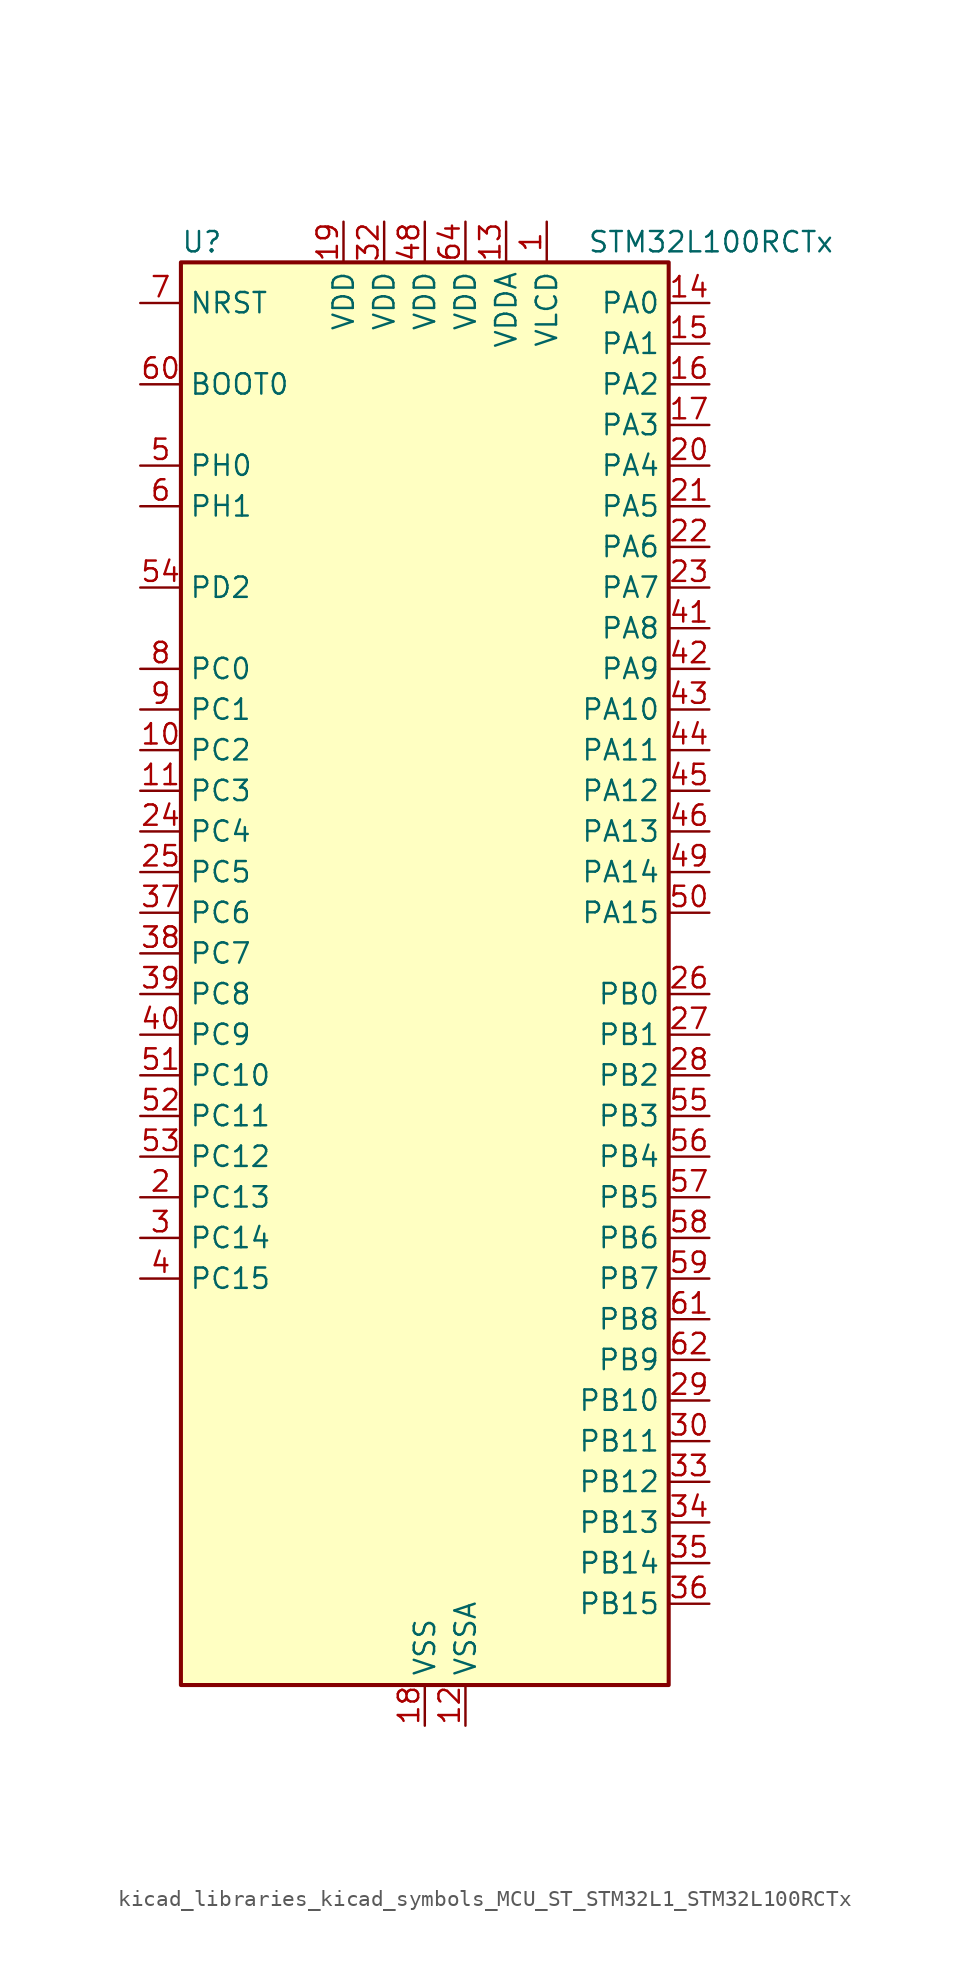
<source format=kicad_sym>
(kicad_symbol_lib
  (version 20220914)
  (generator kicad_symbol_editor)
  (symbol "kicad_libraries_kicad_symbols_MCU_ST_STM32L1_STM32L100RCTx"
    (property "Reference" "U"
      (at -15.24 46.99 0)
      (effects (font (size 1.27 1.27)) (justify left)))
    (property "Value" "STM32L100RCTx"
      (at 10.16 46.99 0)
      (effects (font (size 1.27 1.27)) (justify left)))
    (property "ki_locked" ""
      (at 0 0 0)
      (effects (font (size 1.27 1.27))))
    (symbol "kicad_libraries_kicad_symbols_MCU_ST_STM32L1_STM32L100RCTx_0_1"
      (rectangle (start -15.24 -43.18) (end 15.24 45.72) (stroke (width 0.254) (type default)) (fill (type background))))
    (symbol "kicad_libraries_kicad_symbols_MCU_ST_STM32L1_STM32L100RCTx_1_1"
      (pin power_in line (at 7.62 48.26 270) (length 2.54) (name "VLCD" (effects (font (size 1.27 1.27)))) (number "1" (effects (font (size 1.27 1.27)))))
      (pin bidirectional line (at -17.78 15.24 0) (length 2.54) (name "PC2" (effects (font (size 1.27 1.27)))) (number "10" (effects (font (size 1.27 1.27)))) (alternate "ADC_IN12" bidirectional line) (alternate "COMP1_INP" bidirectional line) (alternate "LCD_SEG20" bidirectional line) (alternate "TIMX_IC3" bidirectional line))
      (pin bidirectional line (at -17.78 12.7 0) (length 2.54) (name "PC3" (effects (font (size 1.27 1.27)))) (number "11" (effects (font (size 1.27 1.27)))) (alternate "ADC_IN13" bidirectional line) (alternate "COMP1_INP" bidirectional line) (alternate "LCD_SEG21" bidirectional line) (alternate "TIMX_IC4" bidirectional line))
      (pin power_in line (at 2.54 -45.72 90) (length 2.54) (name "VSSA" (effects (font (size 1.27 1.27)))) (number "12" (effects (font (size 1.27 1.27)))))
      (pin power_in line (at 5.08 48.26 270) (length 2.54) (name "VDDA" (effects (font (size 1.27 1.27)))) (number "13" (effects (font (size 1.27 1.27)))))
      (pin bidirectional line (at 17.78 43.18 180) (length 2.54) (name "PA0" (effects (font (size 1.27 1.27)))) (number "14" (effects (font (size 1.27 1.27)))) (alternate "ADC_IN0" bidirectional line) (alternate "COMP1_INP" bidirectional line) (alternate "RTC_TAMP2" bidirectional line) (alternate "SYS_WKUP1" bidirectional line) (alternate "TIM2_CH1" bidirectional line) (alternate "TIM2_ETR" bidirectional line) (alternate "TIMX_IC1" bidirectional line) (alternate "USART2_CTS" bidirectional line))
      (pin bidirectional line (at 17.78 40.64 180) (length 2.54) (name "PA1" (effects (font (size 1.27 1.27)))) (number "15" (effects (font (size 1.27 1.27)))) (alternate "ADC_IN1" bidirectional line) (alternate "COMP1_INP" bidirectional line) (alternate "LCD_SEG0" bidirectional line) (alternate "TIM2_CH2" bidirectional line) (alternate "TIMX_IC2" bidirectional line) (alternate "USART2_RTS" bidirectional line))
      (pin bidirectional line (at 17.78 38.1 180) (length 2.54) (name "PA2" (effects (font (size 1.27 1.27)))) (number "16" (effects (font (size 1.27 1.27)))) (alternate "ADC_IN2" bidirectional line) (alternate "COMP1_INP" bidirectional line) (alternate "LCD_SEG1" bidirectional line) (alternate "TIM2_CH3" bidirectional line) (alternate "TIM9_CH1" bidirectional line) (alternate "TIMX_IC3" bidirectional line) (alternate "USART2_TX" bidirectional line))
      (pin bidirectional line (at 17.78 35.56 180) (length 2.54) (name "PA3" (effects (font (size 1.27 1.27)))) (number "17" (effects (font (size 1.27 1.27)))) (alternate "ADC_IN3" bidirectional line) (alternate "COMP1_INP" bidirectional line) (alternate "LCD_SEG2" bidirectional line) (alternate "TIM2_CH4" bidirectional line) (alternate "TIM9_CH2" bidirectional line) (alternate "TIMX_IC4" bidirectional line) (alternate "USART2_RX" bidirectional line))
      (pin power_in line (at 0 -45.72 90) (length 2.54) (name "VSS" (effects (font (size 1.27 1.27)))) (number "18" (effects (font (size 1.27 1.27)))))
      (pin power_in line (at -5.08 48.26 270) (length 2.54) (name "VDD" (effects (font (size 1.27 1.27)))) (number "19" (effects (font (size 1.27 1.27)))))
      (pin bidirectional line (at -17.78 -12.7 0) (length 2.54) (name "PC13" (effects (font (size 1.27 1.27)))) (number "2" (effects (font (size 1.27 1.27)))) (alternate "RTC_OUT_ALARM" bidirectional line) (alternate "RTC_OUT_CALIB" bidirectional line) (alternate "RTC_TAMP1" bidirectional line) (alternate "RTC_TS" bidirectional line) (alternate "SYS_WKUP2" bidirectional line) (alternate "TIMX_IC2" bidirectional line))
      (pin bidirectional line (at 17.78 33.02 180) (length 2.54) (name "PA4" (effects (font (size 1.27 1.27)))) (number "20" (effects (font (size 1.27 1.27)))) (alternate "ADC_IN4" bidirectional line) (alternate "COMP1_INP" bidirectional line) (alternate "DAC_OUT1" bidirectional line) (alternate "I2S3_WS" bidirectional line) (alternate "SPI1_NSS" bidirectional line) (alternate "SPI3_NSS" bidirectional line) (alternate "TIMX_IC1" bidirectional line) (alternate "USART2_CK" bidirectional line))
      (pin bidirectional line (at 17.78 30.48 180) (length 2.54) (name "PA5" (effects (font (size 1.27 1.27)))) (number "21" (effects (font (size 1.27 1.27)))) (alternate "ADC_IN5" bidirectional line) (alternate "COMP1_INP" bidirectional line) (alternate "DAC_OUT2" bidirectional line) (alternate "SPI1_SCK" bidirectional line) (alternate "TIM2_CH1" bidirectional line) (alternate "TIM2_ETR" bidirectional line) (alternate "TIMX_IC2" bidirectional line))
      (pin bidirectional line (at 17.78 27.94 180) (length 2.54) (name "PA6" (effects (font (size 1.27 1.27)))) (number "22" (effects (font (size 1.27 1.27)))) (alternate "ADC_IN6" bidirectional line) (alternate "COMP1_INP" bidirectional line) (alternate "LCD_SEG3" bidirectional line) (alternate "SPI1_MISO" bidirectional line) (alternate "TIM10_CH1" bidirectional line) (alternate "TIM3_CH1" bidirectional line) (alternate "TIMX_IC3" bidirectional line))
      (pin bidirectional line (at 17.78 25.4 180) (length 2.54) (name "PA7" (effects (font (size 1.27 1.27)))) (number "23" (effects (font (size 1.27 1.27)))) (alternate "ADC_IN7" bidirectional line) (alternate "COMP1_INP" bidirectional line) (alternate "LCD_SEG4" bidirectional line) (alternate "SPI1_MOSI" bidirectional line) (alternate "TIM11_CH1" bidirectional line) (alternate "TIM3_CH2" bidirectional line) (alternate "TIMX_IC4" bidirectional line))
      (pin bidirectional line (at -17.78 10.16 0) (length 2.54) (name "PC4" (effects (font (size 1.27 1.27)))) (number "24" (effects (font (size 1.27 1.27)))) (alternate "ADC_IN14" bidirectional line) (alternate "COMP1_INP" bidirectional line) (alternate "LCD_SEG22" bidirectional line) (alternate "TIMX_IC1" bidirectional line))
      (pin bidirectional line (at -17.78 7.62 0) (length 2.54) (name "PC5" (effects (font (size 1.27 1.27)))) (number "25" (effects (font (size 1.27 1.27)))) (alternate "ADC_IN15" bidirectional line) (alternate "COMP1_INP" bidirectional line) (alternate "LCD_SEG23" bidirectional line) (alternate "TIMX_IC2" bidirectional line))
      (pin bidirectional line (at 17.78 0 180) (length 2.54) (name "PB0" (effects (font (size 1.27 1.27)))) (number "26" (effects (font (size 1.27 1.27)))) (alternate "ADC_IN8" bidirectional line) (alternate "COMP1_INP" bidirectional line) (alternate "LCD_SEG5" bidirectional line) (alternate "SYS_V_REF_OUT" bidirectional line) (alternate "TIM3_CH3" bidirectional line))
      (pin bidirectional line (at 17.78 -2.54 180) (length 2.54) (name "PB1" (effects (font (size 1.27 1.27)))) (number "27" (effects (font (size 1.27 1.27)))) (alternate "ADC_IN9" bidirectional line) (alternate "COMP1_INP" bidirectional line) (alternate "LCD_SEG6" bidirectional line) (alternate "SYS_V_REF_OUT" bidirectional line) (alternate "TIM3_CH4" bidirectional line))
      (pin bidirectional line (at 17.78 -5.08 180) (length 2.54) (name "PB2" (effects (font (size 1.27 1.27)))) (number "28" (effects (font (size 1.27 1.27)))) (alternate "COMP1_INP" bidirectional line))
      (pin bidirectional line (at 17.78 -25.4 180) (length 2.54) (name "PB10" (effects (font (size 1.27 1.27)))) (number "29" (effects (font (size 1.27 1.27)))) (alternate "I2C2_SCL" bidirectional line) (alternate "LCD_SEG10" bidirectional line) (alternate "TIM2_CH3" bidirectional line) (alternate "USART3_TX" bidirectional line))
      (pin bidirectional line (at -17.78 -15.24 0) (length 2.54) (name "PC14" (effects (font (size 1.27 1.27)))) (number "3" (effects (font (size 1.27 1.27)))) (alternate "RCC_OSC32_IN" bidirectional line) (alternate "TIMX_IC3" bidirectional line))
      (pin bidirectional line (at 17.78 -27.94 180) (length 2.54) (name "PB11" (effects (font (size 1.27 1.27)))) (number "30" (effects (font (size 1.27 1.27)))) (alternate "ADC_EXTI11" bidirectional line) (alternate "I2C2_SDA" bidirectional line) (alternate "LCD_SEG11" bidirectional line) (alternate "TIM2_CH4" bidirectional line) (alternate "USART3_RX" bidirectional line))
      (pin passive line (at 0 -45.72 90) (length 2.54) hide (name "VSS" (effects (font (size 1.27 1.27)))) (number "31" (effects (font (size 1.27 1.27)))))
      (pin power_in line (at -2.54 48.26 270) (length 2.54) (name "VDD" (effects (font (size 1.27 1.27)))) (number "32" (effects (font (size 1.27 1.27)))))
      (pin bidirectional line (at 17.78 -30.48 180) (length 2.54) (name "PB12" (effects (font (size 1.27 1.27)))) (number "33" (effects (font (size 1.27 1.27)))) (alternate "ADC_IN18" bidirectional line) (alternate "COMP1_INP" bidirectional line) (alternate "I2C2_SMBA" bidirectional line) (alternate "I2S2_WS" bidirectional line) (alternate "LCD_SEG12" bidirectional line) (alternate "SPI2_NSS" bidirectional line) (alternate "TIM10_CH1" bidirectional line) (alternate "USART3_CK" bidirectional line))
      (pin bidirectional line (at 17.78 -33.02 180) (length 2.54) (name "PB13" (effects (font (size 1.27 1.27)))) (number "34" (effects (font (size 1.27 1.27)))) (alternate "ADC_IN19" bidirectional line) (alternate "COMP1_INP" bidirectional line) (alternate "I2S2_CK" bidirectional line) (alternate "LCD_SEG13" bidirectional line) (alternate "SPI2_SCK" bidirectional line) (alternate "TIM9_CH1" bidirectional line) (alternate "USART3_CTS" bidirectional line))
      (pin bidirectional line (at 17.78 -35.56 180) (length 2.54) (name "PB14" (effects (font (size 1.27 1.27)))) (number "35" (effects (font (size 1.27 1.27)))) (alternate "ADC_IN20" bidirectional line) (alternate "COMP1_INP" bidirectional line) (alternate "LCD_SEG14" bidirectional line) (alternate "SPI2_MISO" bidirectional line) (alternate "TIM9_CH2" bidirectional line) (alternate "USART3_RTS" bidirectional line))
      (pin bidirectional line (at 17.78 -38.1 180) (length 2.54) (name "PB15" (effects (font (size 1.27 1.27)))) (number "36" (effects (font (size 1.27 1.27)))) (alternate "ADC_EXTI15" bidirectional line) (alternate "ADC_IN21" bidirectional line) (alternate "COMP1_INP" bidirectional line) (alternate "I2S2_SD" bidirectional line) (alternate "LCD_SEG15" bidirectional line) (alternate "RTC_REFIN" bidirectional line) (alternate "SPI2_MOSI" bidirectional line) (alternate "TIM11_CH1" bidirectional line))
      (pin bidirectional line (at -17.78 5.08 0) (length 2.54) (name "PC6" (effects (font (size 1.27 1.27)))) (number "37" (effects (font (size 1.27 1.27)))) (alternate "I2S2_MCK" bidirectional line) (alternate "LCD_SEG24" bidirectional line) (alternate "TIM3_CH1" bidirectional line) (alternate "TIMX_IC3" bidirectional line))
      (pin bidirectional line (at -17.78 2.54 0) (length 2.54) (name "PC7" (effects (font (size 1.27 1.27)))) (number "38" (effects (font (size 1.27 1.27)))) (alternate "I2S3_MCK" bidirectional line) (alternate "LCD_SEG25" bidirectional line) (alternate "TIM3_CH2" bidirectional line) (alternate "TIMX_IC4" bidirectional line))
      (pin bidirectional line (at -17.78 0 0) (length 2.54) (name "PC8" (effects (font (size 1.27 1.27)))) (number "39" (effects (font (size 1.27 1.27)))) (alternate "LCD_SEG26" bidirectional line) (alternate "TIM3_CH3" bidirectional line) (alternate "TIMX_IC1" bidirectional line))
      (pin bidirectional line (at -17.78 -17.78 0) (length 2.54) (name "PC15" (effects (font (size 1.27 1.27)))) (number "4" (effects (font (size 1.27 1.27)))) (alternate "ADC_EXTI15" bidirectional line) (alternate "RCC_OSC32_OUT" bidirectional line) (alternate "TIMX_IC4" bidirectional line))
      (pin bidirectional line (at -17.78 -2.54 0) (length 2.54) (name "PC9" (effects (font (size 1.27 1.27)))) (number "40" (effects (font (size 1.27 1.27)))) (alternate "DAC_EXTI9" bidirectional line) (alternate "LCD_SEG27" bidirectional line) (alternate "TIM3_CH4" bidirectional line) (alternate "TIMX_IC2" bidirectional line))
      (pin bidirectional line (at 17.78 22.86 180) (length 2.54) (name "PA8" (effects (font (size 1.27 1.27)))) (number "41" (effects (font (size 1.27 1.27)))) (alternate "LCD_COM0" bidirectional line) (alternate "RCC_MCO" bidirectional line) (alternate "TIMX_IC1" bidirectional line) (alternate "USART1_CK" bidirectional line))
      (pin bidirectional line (at 17.78 20.32 180) (length 2.54) (name "PA9" (effects (font (size 1.27 1.27)))) (number "42" (effects (font (size 1.27 1.27)))) (alternate "DAC_EXTI9" bidirectional line) (alternate "LCD_COM1" bidirectional line) (alternate "TIMX_IC2" bidirectional line) (alternate "USART1_TX" bidirectional line))
      (pin bidirectional line (at 17.78 17.78 180) (length 2.54) (name "PA10" (effects (font (size 1.27 1.27)))) (number "43" (effects (font (size 1.27 1.27)))) (alternate "LCD_COM2" bidirectional line) (alternate "TIMX_IC3" bidirectional line) (alternate "USART1_RX" bidirectional line))
      (pin bidirectional line (at 17.78 15.24 180) (length 2.54) (name "PA11" (effects (font (size 1.27 1.27)))) (number "44" (effects (font (size 1.27 1.27)))) (alternate "ADC_EXTI11" bidirectional line) (alternate "SPI1_MISO" bidirectional line) (alternate "TIMX_IC4" bidirectional line) (alternate "USART1_CTS" bidirectional line) (alternate "USB_DM" bidirectional line))
      (pin bidirectional line (at 17.78 12.7 180) (length 2.54) (name "PA12" (effects (font (size 1.27 1.27)))) (number "45" (effects (font (size 1.27 1.27)))) (alternate "SPI1_MOSI" bidirectional line) (alternate "TIMX_IC1" bidirectional line) (alternate "USART1_RTS" bidirectional line) (alternate "USB_DP" bidirectional line))
      (pin bidirectional line (at 17.78 10.16 180) (length 2.54) (name "PA13" (effects (font (size 1.27 1.27)))) (number "46" (effects (font (size 1.27 1.27)))) (alternate "SYS_JTMS-SWDIO" bidirectional line) (alternate "TIMX_IC2" bidirectional line))
      (pin passive line (at 0 -45.72 90) (length 2.54) hide (name "VSS" (effects (font (size 1.27 1.27)))) (number "47" (effects (font (size 1.27 1.27)))))
      (pin power_in line (at 0 48.26 270) (length 2.54) (name "VDD" (effects (font (size 1.27 1.27)))) (number "48" (effects (font (size 1.27 1.27)))))
      (pin bidirectional line (at 17.78 7.62 180) (length 2.54) (name "PA14" (effects (font (size 1.27 1.27)))) (number "49" (effects (font (size 1.27 1.27)))) (alternate "SYS_JTCK-SWCLK" bidirectional line) (alternate "TIMX_IC3" bidirectional line))
      (pin bidirectional line (at -17.78 33.02 0) (length 2.54) (name "PH0" (effects (font (size 1.27 1.27)))) (number "5" (effects (font (size 1.27 1.27)))) (alternate "RCC_OSC_IN" bidirectional line))
      (pin bidirectional line (at 17.78 5.08 180) (length 2.54) (name "PA15" (effects (font (size 1.27 1.27)))) (number "50" (effects (font (size 1.27 1.27)))) (alternate "ADC_EXTI15" bidirectional line) (alternate "I2S3_WS" bidirectional line) (alternate "LCD_SEG17" bidirectional line) (alternate "SPI1_NSS" bidirectional line) (alternate "SPI3_NSS" bidirectional line) (alternate "SYS_JTDI" bidirectional line) (alternate "TIM2_CH1" bidirectional line) (alternate "TIM2_ETR" bidirectional line) (alternate "TIMX_IC4" bidirectional line))
      (pin bidirectional line (at -17.78 -5.08 0) (length 2.54) (name "PC10" (effects (font (size 1.27 1.27)))) (number "51" (effects (font (size 1.27 1.27)))) (alternate "I2S3_CK" bidirectional line) (alternate "LCD_COM4" bidirectional line) (alternate "LCD_SEG28" bidirectional line) (alternate "SPI3_SCK" bidirectional line) (alternate "TIMX_IC3" bidirectional line) (alternate "USART3_TX" bidirectional line))
      (pin bidirectional line (at -17.78 -7.62 0) (length 2.54) (name "PC11" (effects (font (size 1.27 1.27)))) (number "52" (effects (font (size 1.27 1.27)))) (alternate "ADC_EXTI11" bidirectional line) (alternate "LCD_COM5" bidirectional line) (alternate "LCD_SEG29" bidirectional line) (alternate "SPI3_MISO" bidirectional line) (alternate "TIMX_IC4" bidirectional line) (alternate "USART3_RX" bidirectional line))
      (pin bidirectional line (at -17.78 -10.16 0) (length 2.54) (name "PC12" (effects (font (size 1.27 1.27)))) (number "53" (effects (font (size 1.27 1.27)))) (alternate "I2S3_SD" bidirectional line) (alternate "LCD_COM6" bidirectional line) (alternate "LCD_SEG30" bidirectional line) (alternate "SPI3_MOSI" bidirectional line) (alternate "TIMX_IC1" bidirectional line) (alternate "USART3_CK" bidirectional line))
      (pin bidirectional line (at -17.78 25.4 0) (length 2.54) (name "PD2" (effects (font (size 1.27 1.27)))) (number "54" (effects (font (size 1.27 1.27)))) (alternate "LCD_COM7" bidirectional line) (alternate "LCD_SEG31" bidirectional line) (alternate "TIM3_ETR" bidirectional line) (alternate "TIMX_IC3" bidirectional line))
      (pin bidirectional line (at 17.78 -7.62 180) (length 2.54) (name "PB3" (effects (font (size 1.27 1.27)))) (number "55" (effects (font (size 1.27 1.27)))) (alternate "COMP2_INM" bidirectional line) (alternate "I2S3_CK" bidirectional line) (alternate "LCD_SEG7" bidirectional line) (alternate "SPI1_SCK" bidirectional line) (alternate "SPI3_SCK" bidirectional line) (alternate "SYS_JTDO-TRACESWO" bidirectional line) (alternate "TIM2_CH2" bidirectional line))
      (pin bidirectional line (at 17.78 -10.16 180) (length 2.54) (name "PB4" (effects (font (size 1.27 1.27)))) (number "56" (effects (font (size 1.27 1.27)))) (alternate "COMP2_INP" bidirectional line) (alternate "LCD_SEG8" bidirectional line) (alternate "SPI1_MISO" bidirectional line) (alternate "SPI3_MISO" bidirectional line) (alternate "SYS_JTRST" bidirectional line) (alternate "TIM3_CH1" bidirectional line))
      (pin bidirectional line (at 17.78 -12.7 180) (length 2.54) (name "PB5" (effects (font (size 1.27 1.27)))) (number "57" (effects (font (size 1.27 1.27)))) (alternate "COMP2_INP" bidirectional line) (alternate "I2C1_SMBA" bidirectional line) (alternate "I2S3_SD" bidirectional line) (alternate "LCD_SEG9" bidirectional line) (alternate "SPI1_MOSI" bidirectional line) (alternate "SPI3_MOSI" bidirectional line) (alternate "TIM3_CH2" bidirectional line))
      (pin bidirectional line (at 17.78 -15.24 180) (length 2.54) (name "PB6" (effects (font (size 1.27 1.27)))) (number "58" (effects (font (size 1.27 1.27)))) (alternate "COMP2_INP" bidirectional line) (alternate "I2C1_SCL" bidirectional line) (alternate "TIM4_CH1" bidirectional line) (alternate "USART1_TX" bidirectional line))
      (pin bidirectional line (at 17.78 -17.78 180) (length 2.54) (name "PB7" (effects (font (size 1.27 1.27)))) (number "59" (effects (font (size 1.27 1.27)))) (alternate "COMP2_INP" bidirectional line) (alternate "I2C1_SDA" bidirectional line) (alternate "SYS_PVD_IN" bidirectional line) (alternate "TIM4_CH2" bidirectional line) (alternate "USART1_RX" bidirectional line))
      (pin bidirectional line (at -17.78 30.48 0) (length 2.54) (name "PH1" (effects (font (size 1.27 1.27)))) (number "6" (effects (font (size 1.27 1.27)))) (alternate "RCC_OSC_OUT" bidirectional line))
      (pin input line (at -17.78 38.1 0) (length 2.54) (name "BOOT0" (effects (font (size 1.27 1.27)))) (number "60" (effects (font (size 1.27 1.27)))))
      (pin bidirectional line (at 17.78 -20.32 180) (length 2.54) (name "PB8" (effects (font (size 1.27 1.27)))) (number "61" (effects (font (size 1.27 1.27)))) (alternate "I2C1_SCL" bidirectional line) (alternate "LCD_SEG16" bidirectional line) (alternate "TIM10_CH1" bidirectional line) (alternate "TIM4_CH3" bidirectional line))
      (pin bidirectional line (at 17.78 -22.86 180) (length 2.54) (name "PB9" (effects (font (size 1.27 1.27)))) (number "62" (effects (font (size 1.27 1.27)))) (alternate "DAC_EXTI9" bidirectional line) (alternate "I2C1_SDA" bidirectional line) (alternate "LCD_COM3" bidirectional line) (alternate "TIM11_CH1" bidirectional line) (alternate "TIM4_CH4" bidirectional line))
      (pin passive line (at 0 -45.72 90) (length 2.54) hide (name "VSS" (effects (font (size 1.27 1.27)))) (number "63" (effects (font (size 1.27 1.27)))))
      (pin power_in line (at 2.54 48.26 270) (length 2.54) (name "VDD" (effects (font (size 1.27 1.27)))) (number "64" (effects (font (size 1.27 1.27)))))
      (pin input line (at -17.78 43.18 0) (length 2.54) (name "NRST" (effects (font (size 1.27 1.27)))) (number "7" (effects (font (size 1.27 1.27)))))
      (pin bidirectional line (at -17.78 20.32 0) (length 2.54) (name "PC0" (effects (font (size 1.27 1.27)))) (number "8" (effects (font (size 1.27 1.27)))) (alternate "ADC_IN10" bidirectional line) (alternate "COMP1_INP" bidirectional line) (alternate "LCD_SEG18" bidirectional line) (alternate "TIMX_IC1" bidirectional line))
      (pin bidirectional line (at -17.78 17.78 0) (length 2.54) (name "PC1" (effects (font (size 1.27 1.27)))) (number "9" (effects (font (size 1.27 1.27)))) (alternate "ADC_IN11" bidirectional line) (alternate "COMP1_INP" bidirectional line) (alternate "LCD_SEG19" bidirectional line) (alternate "TIMX_IC2" bidirectional line)))))
</source>
